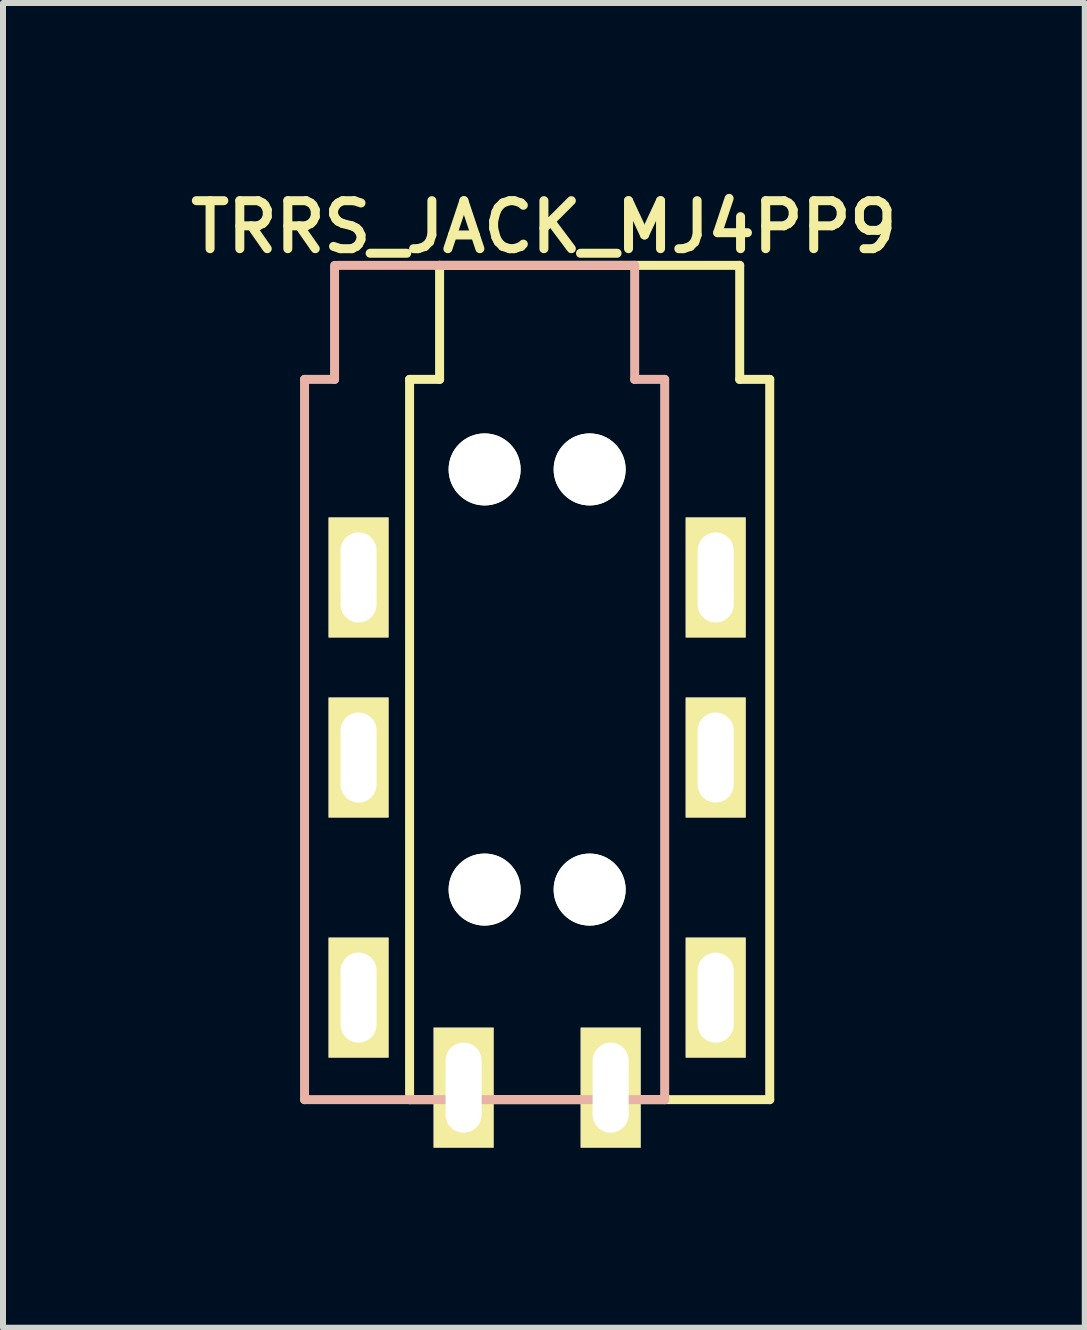
<source format=kicad_pcb>
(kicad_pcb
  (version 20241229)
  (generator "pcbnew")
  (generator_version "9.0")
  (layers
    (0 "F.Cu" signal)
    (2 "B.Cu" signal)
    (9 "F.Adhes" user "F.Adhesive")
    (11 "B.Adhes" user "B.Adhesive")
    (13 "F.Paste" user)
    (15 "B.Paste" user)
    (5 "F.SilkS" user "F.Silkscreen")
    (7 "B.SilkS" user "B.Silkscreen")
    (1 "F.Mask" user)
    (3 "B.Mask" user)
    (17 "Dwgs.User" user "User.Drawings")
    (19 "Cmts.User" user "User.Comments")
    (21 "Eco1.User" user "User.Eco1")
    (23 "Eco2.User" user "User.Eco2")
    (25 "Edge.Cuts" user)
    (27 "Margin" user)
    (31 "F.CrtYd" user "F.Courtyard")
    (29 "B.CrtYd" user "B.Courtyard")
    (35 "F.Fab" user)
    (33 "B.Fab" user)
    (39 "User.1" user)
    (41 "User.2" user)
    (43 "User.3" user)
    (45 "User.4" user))
  (footprint "TRRS_JACK_MJ4PP9"
    (layer "F.Cu")
    (at 6.774 3.271)
    (property "Reference" "TRRS_JACK_MJ4PP9" (at -0.762 -2.54 0) (layer "F.SilkS") (effects (font (size 0.8 0.8) (thickness 0.15))))
    (attr through_hole)
    (fp_line (start -3 0) (end -2.5 0) (stroke (width 0.15) (type solid)) (layer "F.SilkS"))
    (fp_line (start -3 12) (end -3 0) (stroke (width 0.15) (type solid)) (layer "F.SilkS"))
    (fp_line (start -2.5 -1.9) (end 2.5 -1.9) (stroke (width 0.15) (type solid)) (layer "F.SilkS"))
    (fp_line (start -2.5 0) (end -2.5 -1.9) (stroke (width 0.15) (type solid)) (layer "F.SilkS"))
    (fp_line (start 2.5 0) (end 2.5 -1.9) (stroke (width 0.15) (type solid)) (layer "F.SilkS"))
    (fp_line (start 3 0) (end 2.5 0) (stroke (width 0.15) (type solid)) (layer "F.SilkS"))
    (fp_line (start 3 0) (end 3 12) (stroke (width 0.15) (type solid)) (layer "F.SilkS"))
    (fp_line (start 3 12) (end -3 12) (stroke (width 0.15) (type solid)) (layer "F.SilkS"))
    (fp_line (start -4.75 0) (end -4.25 0) (stroke (width 0.15) (type solid)) (layer "B.SilkS"))
    (fp_line (start -4.75 12) (end -4.75 0) (stroke (width 0.15) (type solid)) (layer "B.SilkS"))
    (fp_line (start -4.25 0) (end -4.25 -1.9) (stroke (width 0.15) (type solid)) (layer "B.SilkS"))
    (fp_line (start -4.2 -1.9) (end 0.75 -1.9) (stroke (width 0.15) (type solid)) (layer "B.SilkS"))
    (fp_line (start 0.75 0) (end 0.75 -1.9) (stroke (width 0.15) (type solid)) (layer "B.SilkS"))
    (fp_line (start 1.25 0) (end 0.75 0) (stroke (width 0.15) (type solid)) (layer "B.SilkS"))
    (fp_line (start 1.25 0) (end 1.25 12) (stroke (width 0.15) (type solid)) (layer "B.SilkS"))
    (fp_line (start 1.25 12) (end -4.75 12) (stroke (width 0.15) (type solid)) (layer "B.SilkS"))
    (pad "" np_thru_hole circle (at -1.75 1.5) (size 1.2 1.2) (drill 1.2) (layers "*.Cu" "*.Mask" "F.SilkS"))
    (pad "" np_thru_hole circle (at -1.75 8.5) (size 1.2 1.2) (drill 1.2) (layers "*.Cu" "*.Mask" "F.SilkS"))
    (pad "" np_thru_hole circle (at 0 1.5) (size 1.2 1.2) (drill 1.2) (layers "*.Cu" "*.Mask" "F.SilkS"))
    (pad "" np_thru_hole circle (at 0 8.5) (size 1.2 1.2) (drill 1.2) (layers "*.Cu" "*.Mask" "F.SilkS"))
    (pad "R1" thru_hole rect (at -3.85 6.3) (size 1 2) (drill oval 0.6 1.5) (layers "*.Cu" "*.Mask" "F.SilkS"))
    (pad "R1" thru_hole rect (at 2.1 6.3) (size 1 2) (drill oval 0.6 1.5) (layers "*.Cu" "*.Mask" "F.SilkS"))
    (pad "R2" thru_hole rect (at -3.85 3.3) (size 1 2) (drill oval 0.6 1.5) (layers "*.Cu" "*.Mask" "F.SilkS"))
    (pad "R2" thru_hole rect (at 2.1 3.3) (size 1 2) (drill oval 0.6 1.5) (layers "*.Cu" "*.Mask" "F.SilkS"))
    (pad "S" thru_hole rect (at -2.1 11.8) (size 1 2) (drill oval 0.6 1.5) (layers "*.Cu" "*.Mask" "F.SilkS"))
    (pad "S" thru_hole rect (at 0.35 11.8) (size 1 2) (drill oval 0.6 1.5) (layers "*.Cu" "*.Mask" "F.SilkS"))
    (pad "T" thru_hole rect (at -3.85 10.3) (size 1 2) (drill oval 0.6 1.5) (layers "*.Cu" "*.Mask" "F.SilkS"))
    (pad "T" thru_hole rect (at 2.1 10.3) (size 1 2) (drill oval 0.6 1.5) (layers "*.Cu" "*.Mask" "F.SilkS")))
  (gr_rect
    (start -3 -3)
    (end 15.023 19.071)
    (stroke (width 0.1) (type default))
    (fill no)
    (layer "Edge.Cuts")))
</source>
